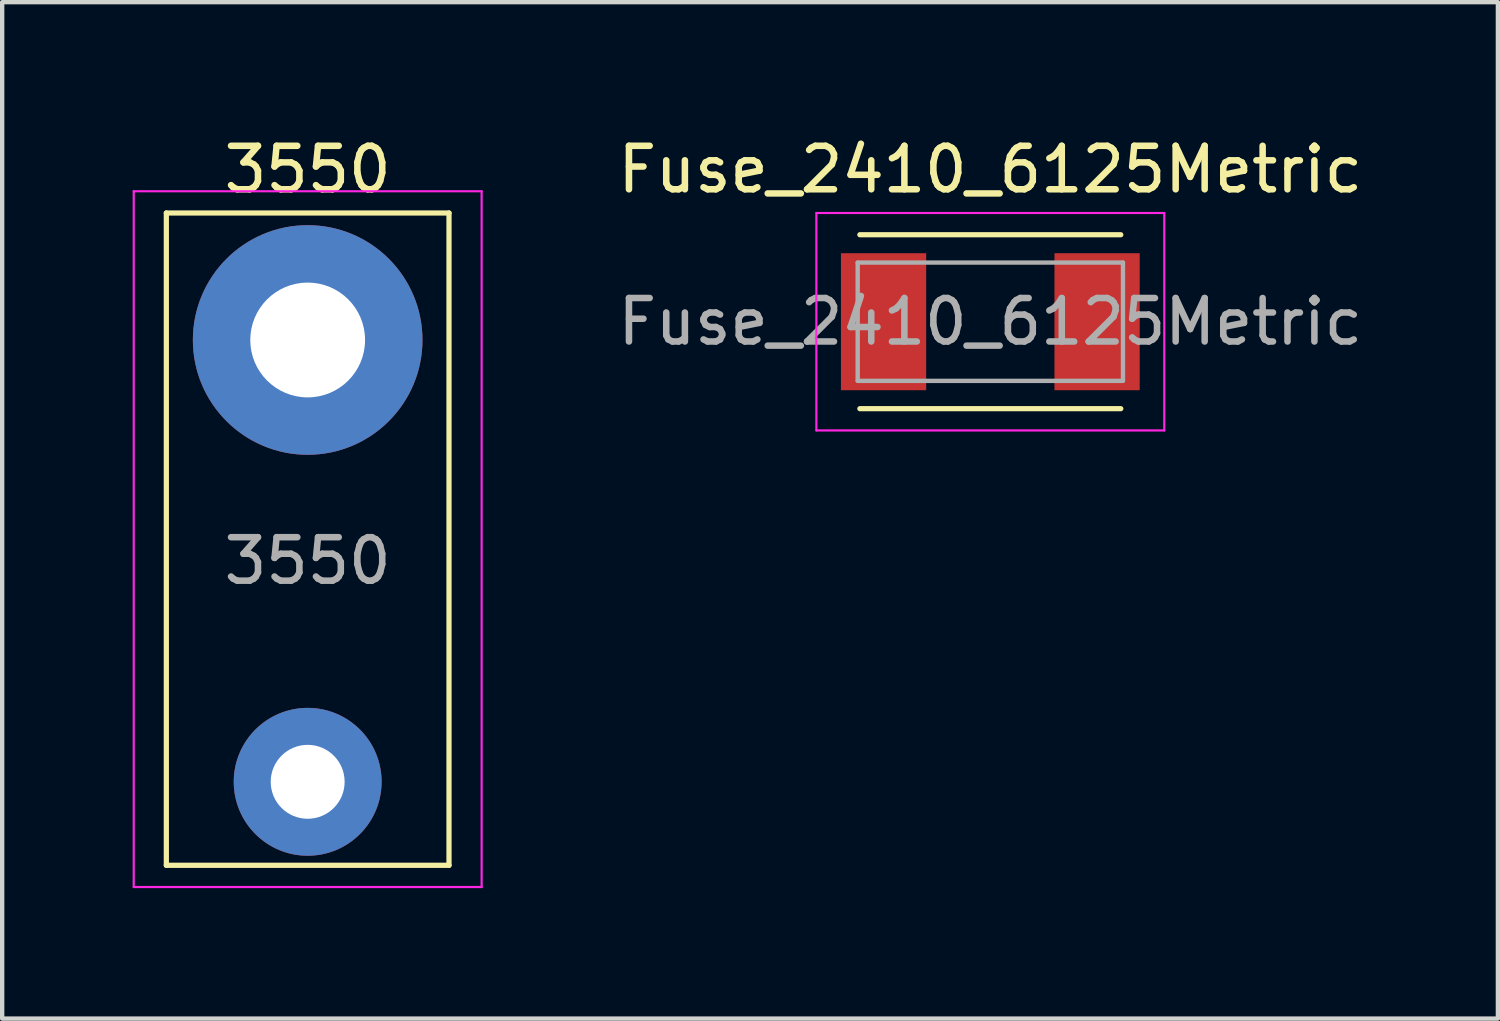
<source format=kicad_pcb>
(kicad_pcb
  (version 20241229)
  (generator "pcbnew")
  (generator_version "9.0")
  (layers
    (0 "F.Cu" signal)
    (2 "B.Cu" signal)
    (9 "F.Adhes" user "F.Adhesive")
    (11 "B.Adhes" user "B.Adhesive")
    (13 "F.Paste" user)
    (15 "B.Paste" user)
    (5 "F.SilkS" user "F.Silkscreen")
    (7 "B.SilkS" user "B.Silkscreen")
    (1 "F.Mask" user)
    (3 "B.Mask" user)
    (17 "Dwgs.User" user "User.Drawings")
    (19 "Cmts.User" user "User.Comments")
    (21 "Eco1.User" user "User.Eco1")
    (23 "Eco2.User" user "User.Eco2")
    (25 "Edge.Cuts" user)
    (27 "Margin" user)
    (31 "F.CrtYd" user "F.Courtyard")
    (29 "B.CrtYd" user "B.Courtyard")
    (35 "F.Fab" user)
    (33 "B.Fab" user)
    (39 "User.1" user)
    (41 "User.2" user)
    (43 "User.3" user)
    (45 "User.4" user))
  (footprint "3550"
    (layer "F.Cu")
    (at 4.025 9.848)
    (property "Reference" "3550" (at 0 -9 0) (layer "F.SilkS") (effects (font (size 1 1) (thickness 0.15))))
    (attr through_hole)
    (fp_line (start -3.25 -8) (end -3.25 7) (stroke (width 0.12) (type solid)) (layer "F.SilkS"))
    (fp_line (start -3.25 -8) (end 3.25 -8) (stroke (width 0.12) (type solid)) (layer "F.SilkS"))
    (fp_line (start -3.25 7) (end 3.25 7) (stroke (width 0.12) (type solid)) (layer "F.SilkS"))
    (fp_line (start 3.25 -8) (end 3.25 7) (stroke (width 0.12) (type solid)) (layer "F.SilkS"))
    (fp_line (start -4 -8.5) (end -4 7.5) (stroke (width 0.05) (type solid)) (layer "F.CrtYd"))
    (fp_line (start -4 -8.5) (end 4 -8.5) (stroke (width 0.05) (type solid)) (layer "F.CrtYd"))
    (fp_line (start -4 7.5) (end 4 7.5) (stroke (width 0.05) (type solid)) (layer "F.CrtYd"))
    (fp_line (start 4 -8.5) (end 4 7.5) (stroke (width 0.05) (type solid)) (layer "F.CrtYd"))
    (fp_text user "${REFERENCE}" (at 0 0 0) (layer "F.Fab") (effects (font (size 1 1) (thickness 0.15))))
    (pad "1" thru_hole circle (at 0 -5.08) (size 5.28 5.28) (drill 2.64) (layers "*.Cu" "*.Mask"))
    (pad "1" thru_hole circle (at 0 5.08) (size 3.4 3.4) (drill 1.7) (layers "*.Cu" "*.Mask")))
  (footprint "Fuse_2410_6125Metric"
    (layer "F.Cu")
    (at 19.723 4.348)
    (property "Reference" "Fuse_2410_6125Metric" (at 0 -3.5 0) (layer "F.SilkS") (effects (font (size 1 1) (thickness 0.15))))
    (attr smd)
    (fp_line (start -3 -2) (end 3 -2) (stroke (width 0.12) (type solid)) (layer "F.SilkS"))
    (fp_line (start -3 2) (end 3 2) (stroke (width 0.12) (type solid)) (layer "F.SilkS"))
    (fp_line (start -4 -2.5) (end 4 -2.5) (stroke (width 0.05) (type solid)) (layer "F.CrtYd"))
    (fp_line (start -4 2.5) (end -4 -2.5) (stroke (width 0.05) (type solid)) (layer "F.CrtYd"))
    (fp_line (start 4 -2.5) (end 4 2.5) (stroke (width 0.05) (type solid)) (layer "F.CrtYd"))
    (fp_line (start 4 2.5) (end -4 2.5) (stroke (width 0.05) (type solid)) (layer "F.CrtYd"))
    (fp_line (start -3.05 -1.36) (end 3.05 -1.36) (stroke (width 0.1) (type solid)) (layer "F.Fab"))
    (fp_line (start -3.05 1.36) (end -3.05 -1.36) (stroke (width 0.1) (type solid)) (layer "F.Fab"))
    (fp_line (start 3.05 -1.36) (end 3.05 1.36) (stroke (width 0.1) (type solid)) (layer "F.Fab"))
    (fp_line (start 3.05 1.36) (end -3.05 1.36) (stroke (width 0.1) (type solid)) (layer "F.Fab"))
    (fp_text user "${REFERENCE}" (at 0 0 0) (layer "F.Fab") (effects (font (size 1 1) (thickness 0.15))))
    (pad "1" smd rect (at -2.455 0) (size 1.96 3.15) (layers "F.Cu" "F.Mask" "F.Paste"))
    (pad "2" smd rect (at 2.455 0) (size 1.96 3.15) (layers "F.Cu" "F.Mask" "F.Paste")))
  (gr_rect
    (start -3 -3)
    (end 31.395 20.373)
    (stroke (width 0.1) (type default))
    (fill no)
    (layer "Edge.Cuts")))
</source>
